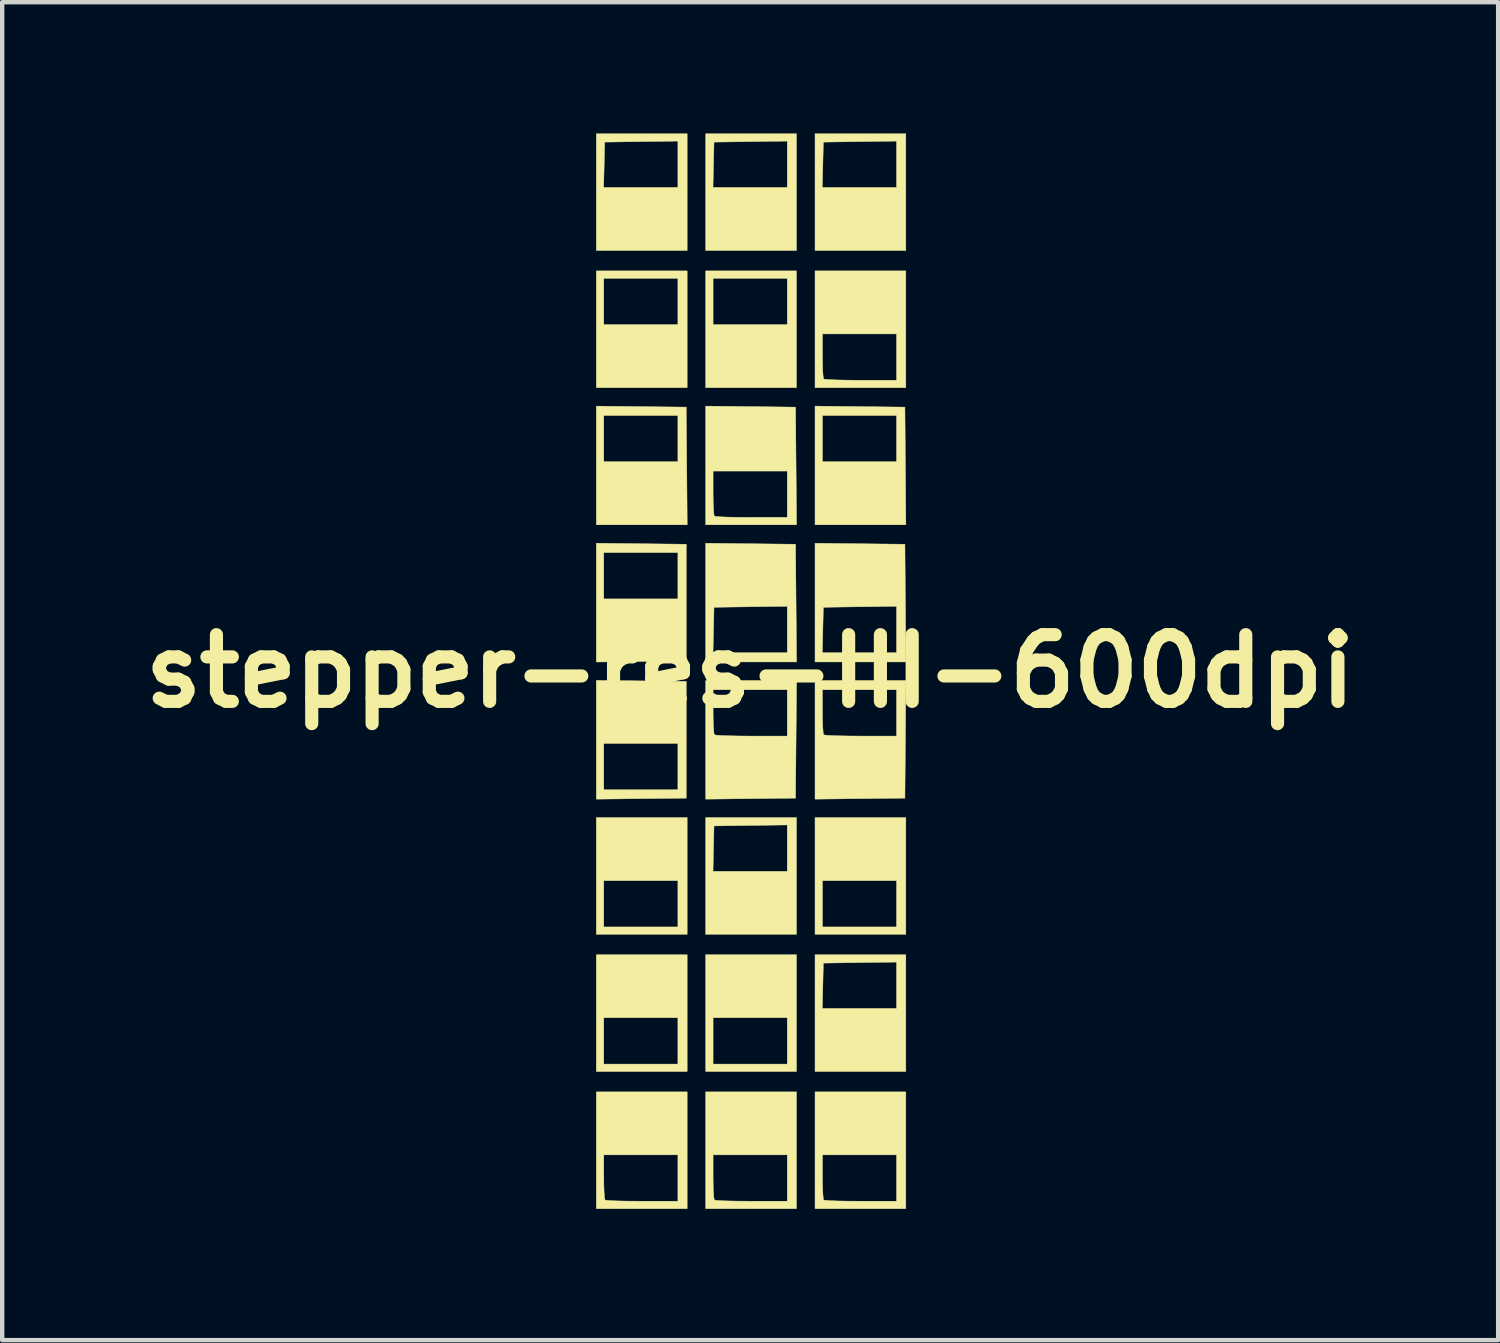
<source format=kicad_pcb>
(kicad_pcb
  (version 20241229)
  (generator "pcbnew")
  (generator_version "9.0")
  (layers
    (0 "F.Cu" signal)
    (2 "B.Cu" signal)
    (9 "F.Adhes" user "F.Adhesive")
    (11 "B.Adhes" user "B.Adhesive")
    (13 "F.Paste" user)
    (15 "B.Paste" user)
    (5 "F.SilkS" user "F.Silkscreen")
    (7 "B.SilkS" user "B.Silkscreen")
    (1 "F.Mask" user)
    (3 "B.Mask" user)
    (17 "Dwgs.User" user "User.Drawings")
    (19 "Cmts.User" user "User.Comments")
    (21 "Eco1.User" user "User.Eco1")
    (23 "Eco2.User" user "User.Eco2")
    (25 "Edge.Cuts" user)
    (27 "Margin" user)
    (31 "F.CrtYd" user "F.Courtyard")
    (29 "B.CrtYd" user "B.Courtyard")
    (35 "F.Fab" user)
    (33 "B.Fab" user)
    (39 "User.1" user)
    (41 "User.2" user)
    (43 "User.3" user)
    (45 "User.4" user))
  (footprint "stepper-res-III-600dpi"
    (layer "F.Cu")
    (at 14.086 12.282)
    (property "Reference" "stepper-res-III-600dpi" (at 0 0 0) (layer "F.SilkS") (effects (font (size 1.524 1.524) (thickness 0.3))))
    (attr through_hole)
    (fp_poly (pts (xy -1.46 -2.9) (xy -1.46 -0.233) (xy -3.514 -0.21) (xy -3.514 -2.709) (xy -3.344 -2.709) (xy -3.344 -1.651) (xy -1.651 -1.651) (xy -1.651 -2.709) (xy -3.344 -2.709) (xy -3.514 -2.709) (xy -3.514 -2.923) (xy -1.46 -2.9)) (stroke (width 0.01) (type solid)) (fill yes) (layer "F.SilkS"))
    (fp_poly (pts (xy -1.439 -6.477) (xy -3.514 -6.477) (xy -3.514 -8.975) (xy -3.344 -8.975) (xy -3.344 -7.916) (xy -1.651 -7.916) (xy -1.651 -8.975) (xy -3.344 -8.975) (xy -3.514 -8.975) (xy -3.514 -9.144) (xy -1.439 -9.144) (xy -1.439 -6.477)) (stroke (width 0.01) (type solid)) (fill yes) (layer "F.SilkS"))
    (fp_poly (pts (xy -1.439 6.011) (xy -3.514 6.011) (xy -3.514 4.784) (xy -3.344 4.784) (xy -3.344 5.842) (xy -1.651 5.842) (xy -1.651 4.784) (xy -3.344 4.784) (xy -3.514 4.784) (xy -3.514 3.344) (xy -1.439 3.344) (xy -1.439 6.011)) (stroke (width 0.01) (type solid)) (fill yes) (layer "F.SilkS"))
    (fp_poly (pts (xy -1.439 9.144) (xy -3.514 9.144) (xy -3.514 7.916) (xy -3.344 7.916) (xy -3.344 8.975) (xy -1.651 8.975) (xy -1.651 7.916) (xy -3.344 7.916) (xy -3.514 7.916) (xy -3.514 6.477) (xy -1.439 6.477) (xy -1.439 9.144)) (stroke (width 0.01) (type solid)) (fill yes) (layer "F.SilkS"))
    (fp_poly (pts (xy 1.058 -6.477) (xy -1.016 -6.477) (xy -1.016 -8.975) (xy -0.847 -8.975) (xy -0.847 -7.916) (xy 0.847 -7.916) (xy 0.847 -8.975) (xy -0.847 -8.975) (xy -1.016 -8.975) (xy -1.016 -9.144) (xy 1.058 -9.144) (xy 1.058 -6.477)) (stroke (width 0.01) (type solid)) (fill yes) (layer "F.SilkS"))
    (fp_poly (pts (xy 1.058 9.144) (xy -1.016 9.144) (xy -1.016 7.916) (xy -0.847 7.916) (xy -0.847 8.975) (xy 0.847 8.975) (xy 0.847 7.916) (xy -0.847 7.916) (xy -1.016 7.916) (xy -1.016 6.477) (xy 1.058 6.477) (xy 1.058 9.144)) (stroke (width 0.01) (type solid)) (fill yes) (layer "F.SilkS"))
    (fp_poly (pts (xy 3.556 6.011) (xy 1.482 6.011) (xy 1.482 4.784) (xy 1.651 4.784) (xy 1.651 5.842) (xy 3.344 5.842) (xy 3.344 4.784) (xy 1.651 4.784) (xy 1.482 4.784) (xy 1.482 3.344) (xy 3.556 3.344) (xy 3.556 6.011)) (stroke (width 0.01) (type solid)) (fill yes) (layer "F.SilkS"))
    (fp_poly (pts (xy -1.46 -6.032) (xy -1.449 -4.688) (xy -1.438 -3.344) (xy -3.514 -3.344) (xy -3.514 -5.842) (xy -3.344 -5.842) (xy -3.344 -4.784) (xy -1.651 -4.784) (xy -1.651 -5.842) (xy -3.344 -5.842) (xy -3.514 -5.842) (xy -3.514 -6.055) (xy -1.46 -6.032)) (stroke (width 0.01) (type solid)) (fill yes) (layer "F.SilkS"))
    (fp_poly (pts (xy -1.46 0.233) (xy -1.46 2.9) (xy -2.487 2.911) (xy -3.514 2.923) (xy -3.514 1.651) (xy -3.344 1.651) (xy -3.344 2.709) (xy -1.651 2.709) (xy -1.651 1.651) (xy -3.344 1.651) (xy -3.514 1.651) (xy -3.514 0.21) (xy -1.46 0.233)) (stroke (width 0.01) (type solid)) (fill yes) (layer "F.SilkS"))
    (fp_poly (pts (xy 1.058 -9.61) (xy -1.016 -9.61) (xy -1.016 -11.049) (xy -0.849 -11.049) (xy 0.847 -11.049) (xy 0.847 -12.109) (xy 0.011 -12.098) (xy -0.826 -12.086) (xy -0.849 -11.049) (xy -1.016 -11.049) (xy -1.016 -12.277) (xy 1.058 -12.277) (xy 1.058 -9.61)) (stroke (width 0.01) (type solid)) (fill yes) (layer "F.SilkS"))
    (fp_poly (pts (xy 1.058 6.011) (xy -1.016 6.011) (xy -1.016 4.572) (xy -0.849 4.572) (xy 0.847 4.572) (xy 0.847 3.512) (xy 0.011 3.523) (xy -0.826 3.535) (xy -0.849 4.572) (xy -1.016 4.572) (xy -1.016 3.344) (xy 1.058 3.344) (xy 1.058 6.011)) (stroke (width 0.01) (type solid)) (fill yes) (layer "F.SilkS"))
    (fp_poly (pts (xy -1.439 -9.61) (xy -3.514 -9.61) (xy -3.514 -11.049) (xy -3.347 -11.049) (xy -1.651 -11.049) (xy -1.651 -12.109) (xy -2.487 -12.098) (xy -3.323 -12.086) (xy -3.335 -11.568) (xy -3.347 -11.049) (xy -3.514 -11.049) (xy -3.514 -12.277) (xy -1.439 -12.277) (xy -1.439 -9.61)) (stroke (width 0.01) (type solid)) (fill yes) (layer "F.SilkS"))
    (fp_poly (pts (xy 2.508 -6.044) (xy 3.535 -6.032) (xy 3.546 -4.688) (xy 3.557 -3.344) (xy 1.482 -3.344) (xy 1.482 -5.842) (xy 1.651 -5.842) (xy 1.651 -4.784) (xy 3.344 -4.784) (xy 3.344 -5.842) (xy 1.651 -5.842) (xy 1.482 -5.842) (xy 1.482 -6.055) (xy 2.508 -6.044)) (stroke (width 0.01) (type solid)) (fill yes) (layer "F.SilkS"))
    (fp_poly (pts (xy 3.556 -9.61) (xy 1.482 -9.61) (xy 1.482 -11.049) (xy 1.648 -11.049) (xy 3.344 -11.049) (xy 3.344 -12.109) (xy 2.508 -12.098) (xy 1.672 -12.086) (xy 1.66 -11.568) (xy 1.648 -11.049) (xy 1.482 -11.049) (xy 1.482 -12.277) (xy 3.556 -12.277) (xy 3.556 -9.61)) (stroke (width 0.01) (type solid)) (fill yes) (layer "F.SilkS"))
    (fp_poly (pts (xy 3.556 9.144) (xy 1.482 9.144) (xy 1.482 7.705) (xy 1.648 7.705) (xy 3.344 7.705) (xy 3.344 6.645) (xy 2.508 6.656) (xy 1.672 6.668) (xy 1.66 7.186) (xy 1.648 7.705) (xy 1.482 7.705) (xy 1.482 6.477) (xy 3.556 6.477) (xy 3.556 9.144)) (stroke (width 0.01) (type solid)) (fill yes) (layer "F.SilkS"))
    (fp_poly (pts (xy 0.011 -2.911) (xy 1.037 -2.9) (xy 1.048 -1.556) (xy 1.06 -0.212) (xy -1.016 -0.212) (xy -1.016 -0.423) (xy -0.849 -0.423) (xy 0.847 -0.423) (xy 0.847 -1.483) (xy 0.011 -1.472) (xy -0.826 -1.46) (xy -0.837 -0.942) (xy -0.849 -0.423) (xy -1.016 -0.423) (xy -1.016 -2.923) (xy 0.011 -2.911)) (stroke (width 0.01) (type solid)) (fill yes) (layer "F.SilkS"))
    (fp_poly (pts (xy 2.508 -2.911) (xy 3.535 -2.9) (xy 3.546 -1.556) (xy 3.557 -0.212) (xy 1.482 -0.212) (xy 1.482 -0.423) (xy 1.648 -0.423) (xy 3.344 -0.423) (xy 3.344 -1.483) (xy 2.508 -1.472) (xy 1.672 -1.46) (xy 1.66 -0.942) (xy 1.648 -0.423) (xy 1.482 -0.423) (xy 1.482 -2.923) (xy 2.508 -2.911)) (stroke (width 0.01) (type solid)) (fill yes) (layer "F.SilkS"))
    (fp_poly (pts (xy -1.439 12.277) (xy -3.514 12.277) (xy -3.514 11.049) (xy -3.344 11.049) (xy -3.344 11.55) (xy -3.342 11.748) (xy -3.336 11.914) (xy -3.327 12.03) (xy -3.316 12.079) (xy -3.267 12.088) (xy -3.146 12.096) (xy -2.968 12.102) (xy -2.746 12.106) (xy -2.493 12.107) (xy -2.469 12.107) (xy -1.651 12.107) (xy -1.651 11.049) (xy -3.344 11.049) (xy -3.514 11.049) (xy -3.514 9.61) (xy -1.439 9.61) (xy -1.439 12.277)) (stroke (width 0.01) (type solid)) (fill yes) (layer "F.SilkS"))
    (fp_poly (pts (xy 1.058 12.277) (xy -1.016 12.277) (xy -1.016 11.049) (xy -0.847 11.049) (xy -0.847 11.55) (xy -0.844 11.748) (xy -0.838 11.914) (xy -0.829 12.03) (xy -0.818 12.079) (xy -0.769 12.088) (xy -0.649 12.096) (xy -0.471 12.102) (xy -0.248 12.106) (xy 0.005 12.107) (xy 0.028 12.107) (xy 0.847 12.107) (xy 0.847 11.049) (xy -0.847 11.049) (xy -1.016 11.049) (xy -1.016 9.61) (xy 1.058 9.61) (xy 1.058 12.277)) (stroke (width 0.01) (type solid)) (fill yes) (layer "F.SilkS"))
    (fp_poly (pts (xy 3.556 -6.477) (xy 1.482 -6.477) (xy 1.482 -7.705) (xy 1.651 -7.705) (xy 1.651 -7.204) (xy 1.653 -7.006) (xy 1.659 -6.84) (xy 1.668 -6.723) (xy 1.679 -6.675) (xy 1.728 -6.666) (xy 1.849 -6.658) (xy 2.027 -6.652) (xy 2.249 -6.648) (xy 2.502 -6.646) (xy 2.526 -6.646) (xy 3.344 -6.646) (xy 3.344 -7.705) (xy 1.651 -7.705) (xy 1.482 -7.705) (xy 1.482 -9.144) (xy 3.556 -9.144) (xy 3.556 -6.477)) (stroke (width 0.01) (type solid)) (fill yes) (layer "F.SilkS"))
    (fp_poly (pts (xy 3.556 12.277) (xy 1.482 12.277) (xy 1.482 11.049) (xy 1.651 11.049) (xy 1.651 11.55) (xy 1.653 11.748) (xy 1.659 11.914) (xy 1.668 12.03) (xy 1.679 12.079) (xy 1.728 12.088) (xy 1.849 12.096) (xy 2.027 12.102) (xy 2.249 12.106) (xy 2.502 12.107) (xy 2.526 12.107) (xy 3.344 12.107) (xy 3.344 11.049) (xy 1.651 11.049) (xy 1.482 11.049) (xy 1.482 9.61) (xy 3.556 9.61) (xy 3.556 12.277)) (stroke (width 0.01) (type solid)) (fill yes) (layer "F.SilkS"))
    (fp_poly (pts (xy 0.011 -6.044) (xy 1.037 -6.032) (xy 1.048 -4.688) (xy 1.06 -3.344) (xy -1.016 -3.344) (xy -1.016 -4.572) (xy -0.847 -4.572) (xy -0.847 -4.071) (xy -0.844 -3.873) (xy -0.838 -3.707) (xy -0.829 -3.591) (xy -0.818 -3.542) (xy -0.769 -3.533) (xy -0.649 -3.525) (xy -0.471 -3.519) (xy -0.248 -3.515) (xy 0.005 -3.514) (xy 0.028 -3.514) (xy 0.847 -3.514) (xy 0.847 -4.572) (xy -0.847 -4.572) (xy -1.016 -4.572) (xy -1.016 -6.055) (xy 0.011 -6.044)) (stroke (width 0.01) (type solid)) (fill yes) (layer "F.SilkS"))
    (fp_poly (pts (xy 1.048 1.556) (xy 1.037 2.9) (xy 0.011 2.911) (xy -1.016 2.923) (xy -1.016 0.423) (xy -0.847 0.423) (xy -0.847 0.924) (xy -0.844 1.122) (xy -0.838 1.288) (xy -0.829 1.405) (xy -0.818 1.453) (xy -0.769 1.462) (xy -0.649 1.47) (xy -0.471 1.476) (xy -0.248 1.48) (xy 0.005 1.482) (xy 0.028 1.482) (xy 0.847 1.482) (xy 0.847 0.423) (xy -0.847 0.423) (xy -1.016 0.423) (xy -1.016 0.212) (xy 1.06 0.212) (xy 1.048 1.556)) (stroke (width 0.01) (type solid)) (fill yes) (layer "F.SilkS"))
    (fp_poly (pts (xy 3.546 1.556) (xy 3.535 2.9) (xy 2.508 2.911) (xy 1.482 2.923) (xy 1.482 0.423) (xy 1.651 0.423) (xy 1.651 0.924) (xy 1.653 1.122) (xy 1.659 1.288) (xy 1.668 1.405) (xy 1.679 1.453) (xy 1.728 1.462) (xy 1.849 1.47) (xy 2.027 1.476) (xy 2.249 1.48) (xy 2.502 1.482) (xy 2.526 1.482) (xy 3.344 1.482) (xy 3.344 0.423) (xy 1.651 0.423) (xy 1.482 0.423) (xy 1.482 0.212) (xy 3.557 0.212) (xy 3.546 1.556)) (stroke (width 0.01) (type solid)) (fill yes) (layer "F.SilkS")))
  (gr_rect
    (start -3 -3)
    (end 31.172 27.563)
    (stroke (width 0.1) (type default))
    (fill no)
    (layer "Edge.Cuts")))
</source>
